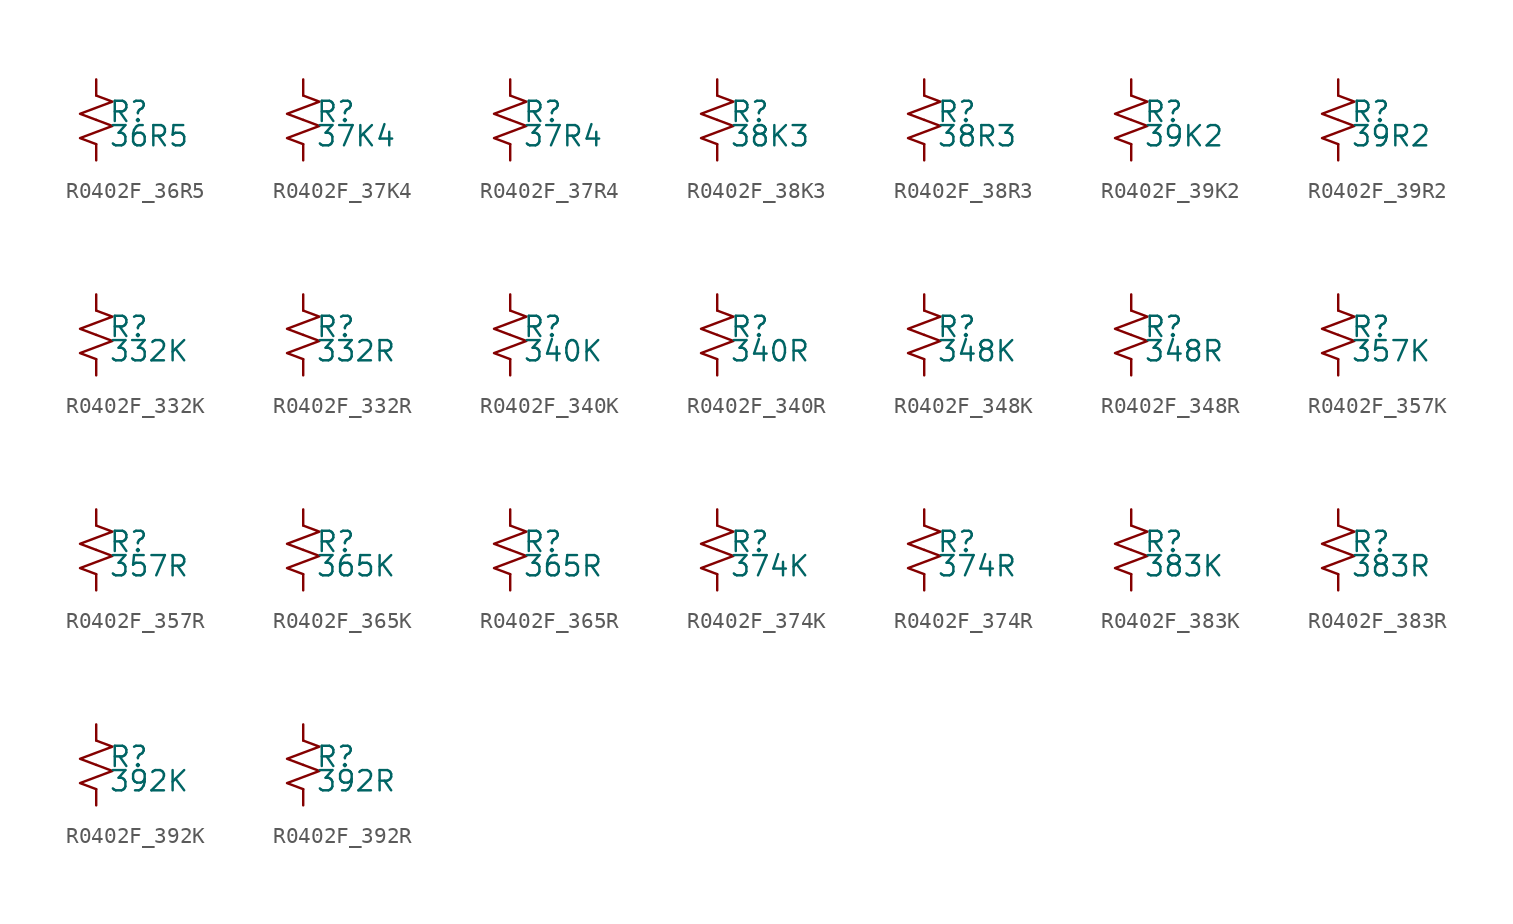
<source format=kicad_sym>
(kicad_symbol_lib
  (version 20220914)
  (generator kicad_symbol_editor)
  (symbol "R0402F_36R5"
    (pin_numbers hide)
    (pin_names
      (offset 0.254) hide)
    (property "Reference" "R"
      (at 0.762 0.508 0)
      (effects (font (size 1.27 1.27)) (justify left)))
    (property "Value" "36R5"
      (at 0.762 -1.016 0)
      (effects (font (size 1.27 1.27)) (justify left)))
    (symbol "R0402F_36R5_1_1"
      (polyline (pts (xy 0 0) (xy 1.016 -0.381) (xy 0 -0.762) (xy -1.016 -1.143) (xy 0 -1.524)) (stroke (width 0) (type default)) (fill (type none)))
      (polyline (pts (xy 0 1.524) (xy 1.016 1.143) (xy 0 0.762) (xy -1.016 0.381) (xy 0 0)) (stroke (width 0) (type default)) (fill (type none)))
      (pin passive line (at 0 2.54 270) (length 1.016) (name "~" (effects (font (size 1.27 1.27)))) (number "1" (effects (font (size 1.27 1.27)))))
      (pin passive line (at 0 -2.54 90) (length 1.016) (name "~" (effects (font (size 1.27 1.27)))) (number "2" (effects (font (size 1.27 1.27)))))))
  (symbol "R0402F_37K4"
    (pin_numbers hide)
    (pin_names
      (offset 0.254) hide)
    (property "Reference" "R"
      (at 0.762 0.508 0)
      (effects (font (size 1.27 1.27)) (justify left)))
    (property "Value" "37K4"
      (at 0.762 -1.016 0)
      (effects (font (size 1.27 1.27)) (justify left)))
    (symbol "R0402F_37K4_1_1"
      (polyline (pts (xy 0 0) (xy 1.016 -0.381) (xy 0 -0.762) (xy -1.016 -1.143) (xy 0 -1.524)) (stroke (width 0) (type default)) (fill (type none)))
      (polyline (pts (xy 0 1.524) (xy 1.016 1.143) (xy 0 0.762) (xy -1.016 0.381) (xy 0 0)) (stroke (width 0) (type default)) (fill (type none)))
      (pin passive line (at 0 2.54 270) (length 1.016) (name "~" (effects (font (size 1.27 1.27)))) (number "1" (effects (font (size 1.27 1.27)))))
      (pin passive line (at 0 -2.54 90) (length 1.016) (name "~" (effects (font (size 1.27 1.27)))) (number "2" (effects (font (size 1.27 1.27)))))))
  (symbol "R0402F_37R4"
    (pin_numbers hide)
    (pin_names
      (offset 0.254) hide)
    (property "Reference" "R"
      (at 0.762 0.508 0)
      (effects (font (size 1.27 1.27)) (justify left)))
    (property "Value" "37R4"
      (at 0.762 -1.016 0)
      (effects (font (size 1.27 1.27)) (justify left)))
    (symbol "R0402F_37R4_1_1"
      (polyline (pts (xy 0 0) (xy 1.016 -0.381) (xy 0 -0.762) (xy -1.016 -1.143) (xy 0 -1.524)) (stroke (width 0) (type default)) (fill (type none)))
      (polyline (pts (xy 0 1.524) (xy 1.016 1.143) (xy 0 0.762) (xy -1.016 0.381) (xy 0 0)) (stroke (width 0) (type default)) (fill (type none)))
      (pin passive line (at 0 2.54 270) (length 1.016) (name "~" (effects (font (size 1.27 1.27)))) (number "1" (effects (font (size 1.27 1.27)))))
      (pin passive line (at 0 -2.54 90) (length 1.016) (name "~" (effects (font (size 1.27 1.27)))) (number "2" (effects (font (size 1.27 1.27)))))))
  (symbol "R0402F_38K3"
    (pin_numbers hide)
    (pin_names
      (offset 0.254) hide)
    (property "Reference" "R"
      (at 0.762 0.508 0)
      (effects (font (size 1.27 1.27)) (justify left)))
    (property "Value" "38K3"
      (at 0.762 -1.016 0)
      (effects (font (size 1.27 1.27)) (justify left)))
    (symbol "R0402F_38K3_1_1"
      (polyline (pts (xy 0 0) (xy 1.016 -0.381) (xy 0 -0.762) (xy -1.016 -1.143) (xy 0 -1.524)) (stroke (width 0) (type default)) (fill (type none)))
      (polyline (pts (xy 0 1.524) (xy 1.016 1.143) (xy 0 0.762) (xy -1.016 0.381) (xy 0 0)) (stroke (width 0) (type default)) (fill (type none)))
      (pin passive line (at 0 2.54 270) (length 1.016) (name "~" (effects (font (size 1.27 1.27)))) (number "1" (effects (font (size 1.27 1.27)))))
      (pin passive line (at 0 -2.54 90) (length 1.016) (name "~" (effects (font (size 1.27 1.27)))) (number "2" (effects (font (size 1.27 1.27)))))))
  (symbol "R0402F_38R3"
    (pin_numbers hide)
    (pin_names
      (offset 0.254) hide)
    (property "Reference" "R"
      (at 0.762 0.508 0)
      (effects (font (size 1.27 1.27)) (justify left)))
    (property "Value" "38R3"
      (at 0.762 -1.016 0)
      (effects (font (size 1.27 1.27)) (justify left)))
    (symbol "R0402F_38R3_1_1"
      (polyline (pts (xy 0 0) (xy 1.016 -0.381) (xy 0 -0.762) (xy -1.016 -1.143) (xy 0 -1.524)) (stroke (width 0) (type default)) (fill (type none)))
      (polyline (pts (xy 0 1.524) (xy 1.016 1.143) (xy 0 0.762) (xy -1.016 0.381) (xy 0 0)) (stroke (width 0) (type default)) (fill (type none)))
      (pin passive line (at 0 2.54 270) (length 1.016) (name "~" (effects (font (size 1.27 1.27)))) (number "1" (effects (font (size 1.27 1.27)))))
      (pin passive line (at 0 -2.54 90) (length 1.016) (name "~" (effects (font (size 1.27 1.27)))) (number "2" (effects (font (size 1.27 1.27)))))))
  (symbol "R0402F_39K2"
    (pin_numbers hide)
    (pin_names
      (offset 0.254) hide)
    (property "Reference" "R"
      (at 0.762 0.508 0)
      (effects (font (size 1.27 1.27)) (justify left)))
    (property "Value" "39K2"
      (at 0.762 -1.016 0)
      (effects (font (size 1.27 1.27)) (justify left)))
    (symbol "R0402F_39K2_1_1"
      (polyline (pts (xy 0 0) (xy 1.016 -0.381) (xy 0 -0.762) (xy -1.016 -1.143) (xy 0 -1.524)) (stroke (width 0) (type default)) (fill (type none)))
      (polyline (pts (xy 0 1.524) (xy 1.016 1.143) (xy 0 0.762) (xy -1.016 0.381) (xy 0 0)) (stroke (width 0) (type default)) (fill (type none)))
      (pin passive line (at 0 2.54 270) (length 1.016) (name "~" (effects (font (size 1.27 1.27)))) (number "1" (effects (font (size 1.27 1.27)))))
      (pin passive line (at 0 -2.54 90) (length 1.016) (name "~" (effects (font (size 1.27 1.27)))) (number "2" (effects (font (size 1.27 1.27)))))))
  (symbol "R0402F_39R2"
    (pin_numbers hide)
    (pin_names
      (offset 0.254) hide)
    (property "Reference" "R"
      (at 0.762 0.508 0)
      (effects (font (size 1.27 1.27)) (justify left)))
    (property "Value" "39R2"
      (at 0.762 -1.016 0)
      (effects (font (size 1.27 1.27)) (justify left)))
    (symbol "R0402F_39R2_1_1"
      (polyline (pts (xy 0 0) (xy 1.016 -0.381) (xy 0 -0.762) (xy -1.016 -1.143) (xy 0 -1.524)) (stroke (width 0) (type default)) (fill (type none)))
      (polyline (pts (xy 0 1.524) (xy 1.016 1.143) (xy 0 0.762) (xy -1.016 0.381) (xy 0 0)) (stroke (width 0) (type default)) (fill (type none)))
      (pin passive line (at 0 2.54 270) (length 1.016) (name "~" (effects (font (size 1.27 1.27)))) (number "1" (effects (font (size 1.27 1.27)))))
      (pin passive line (at 0 -2.54 90) (length 1.016) (name "~" (effects (font (size 1.27 1.27)))) (number "2" (effects (font (size 1.27 1.27)))))))
  (symbol "R0402F_332K"
    (pin_numbers hide)
    (pin_names
      (offset 0.254) hide)
    (property "Reference" "R"
      (at 0.762 0.508 0)
      (effects (font (size 1.27 1.27)) (justify left)))
    (property "Value" "332K"
      (at 0.762 -1.016 0)
      (effects (font (size 1.27 1.27)) (justify left)))
    (symbol "R0402F_332K_1_1"
      (polyline (pts (xy 0 0) (xy 1.016 -0.381) (xy 0 -0.762) (xy -1.016 -1.143) (xy 0 -1.524)) (stroke (width 0) (type default)) (fill (type none)))
      (polyline (pts (xy 0 1.524) (xy 1.016 1.143) (xy 0 0.762) (xy -1.016 0.381) (xy 0 0)) (stroke (width 0) (type default)) (fill (type none)))
      (pin passive line (at 0 2.54 270) (length 1.016) (name "~" (effects (font (size 1.27 1.27)))) (number "1" (effects (font (size 1.27 1.27)))))
      (pin passive line (at 0 -2.54 90) (length 1.016) (name "~" (effects (font (size 1.27 1.27)))) (number "2" (effects (font (size 1.27 1.27)))))))
  (symbol "R0402F_332R"
    (pin_numbers hide)
    (pin_names
      (offset 0.254) hide)
    (property "Reference" "R"
      (at 0.762 0.508 0)
      (effects (font (size 1.27 1.27)) (justify left)))
    (property "Value" "332R"
      (at 0.762 -1.016 0)
      (effects (font (size 1.27 1.27)) (justify left)))
    (symbol "R0402F_332R_1_1"
      (polyline (pts (xy 0 0) (xy 1.016 -0.381) (xy 0 -0.762) (xy -1.016 -1.143) (xy 0 -1.524)) (stroke (width 0) (type default)) (fill (type none)))
      (polyline (pts (xy 0 1.524) (xy 1.016 1.143) (xy 0 0.762) (xy -1.016 0.381) (xy 0 0)) (stroke (width 0) (type default)) (fill (type none)))
      (pin passive line (at 0 2.54 270) (length 1.016) (name "~" (effects (font (size 1.27 1.27)))) (number "1" (effects (font (size 1.27 1.27)))))
      (pin passive line (at 0 -2.54 90) (length 1.016) (name "~" (effects (font (size 1.27 1.27)))) (number "2" (effects (font (size 1.27 1.27)))))))
  (symbol "R0402F_340K"
    (pin_numbers hide)
    (pin_names
      (offset 0.254) hide)
    (property "Reference" "R"
      (at 0.762 0.508 0)
      (effects (font (size 1.27 1.27)) (justify left)))
    (property "Value" "340K"
      (at 0.762 -1.016 0)
      (effects (font (size 1.27 1.27)) (justify left)))
    (symbol "R0402F_340K_1_1"
      (polyline (pts (xy 0 0) (xy 1.016 -0.381) (xy 0 -0.762) (xy -1.016 -1.143) (xy 0 -1.524)) (stroke (width 0) (type default)) (fill (type none)))
      (polyline (pts (xy 0 1.524) (xy 1.016 1.143) (xy 0 0.762) (xy -1.016 0.381) (xy 0 0)) (stroke (width 0) (type default)) (fill (type none)))
      (pin passive line (at 0 2.54 270) (length 1.016) (name "~" (effects (font (size 1.27 1.27)))) (number "1" (effects (font (size 1.27 1.27)))))
      (pin passive line (at 0 -2.54 90) (length 1.016) (name "~" (effects (font (size 1.27 1.27)))) (number "2" (effects (font (size 1.27 1.27)))))))
  (symbol "R0402F_340R"
    (pin_numbers hide)
    (pin_names
      (offset 0.254) hide)
    (property "Reference" "R"
      (at 0.762 0.508 0)
      (effects (font (size 1.27 1.27)) (justify left)))
    (property "Value" "340R"
      (at 0.762 -1.016 0)
      (effects (font (size 1.27 1.27)) (justify left)))
    (symbol "R0402F_340R_1_1"
      (polyline (pts (xy 0 0) (xy 1.016 -0.381) (xy 0 -0.762) (xy -1.016 -1.143) (xy 0 -1.524)) (stroke (width 0) (type default)) (fill (type none)))
      (polyline (pts (xy 0 1.524) (xy 1.016 1.143) (xy 0 0.762) (xy -1.016 0.381) (xy 0 0)) (stroke (width 0) (type default)) (fill (type none)))
      (pin passive line (at 0 2.54 270) (length 1.016) (name "~" (effects (font (size 1.27 1.27)))) (number "1" (effects (font (size 1.27 1.27)))))
      (pin passive line (at 0 -2.54 90) (length 1.016) (name "~" (effects (font (size 1.27 1.27)))) (number "2" (effects (font (size 1.27 1.27)))))))
  (symbol "R0402F_348K"
    (pin_numbers hide)
    (pin_names
      (offset 0.254) hide)
    (property "Reference" "R"
      (at 0.762 0.508 0)
      (effects (font (size 1.27 1.27)) (justify left)))
    (property "Value" "348K"
      (at 0.762 -1.016 0)
      (effects (font (size 1.27 1.27)) (justify left)))
    (symbol "R0402F_348K_1_1"
      (polyline (pts (xy 0 0) (xy 1.016 -0.381) (xy 0 -0.762) (xy -1.016 -1.143) (xy 0 -1.524)) (stroke (width 0) (type default)) (fill (type none)))
      (polyline (pts (xy 0 1.524) (xy 1.016 1.143) (xy 0 0.762) (xy -1.016 0.381) (xy 0 0)) (stroke (width 0) (type default)) (fill (type none)))
      (pin passive line (at 0 2.54 270) (length 1.016) (name "~" (effects (font (size 1.27 1.27)))) (number "1" (effects (font (size 1.27 1.27)))))
      (pin passive line (at 0 -2.54 90) (length 1.016) (name "~" (effects (font (size 1.27 1.27)))) (number "2" (effects (font (size 1.27 1.27)))))))
  (symbol "R0402F_348R"
    (pin_numbers hide)
    (pin_names
      (offset 0.254) hide)
    (property "Reference" "R"
      (at 0.762 0.508 0)
      (effects (font (size 1.27 1.27)) (justify left)))
    (property "Value" "348R"
      (at 0.762 -1.016 0)
      (effects (font (size 1.27 1.27)) (justify left)))
    (symbol "R0402F_348R_1_1"
      (polyline (pts (xy 0 0) (xy 1.016 -0.381) (xy 0 -0.762) (xy -1.016 -1.143) (xy 0 -1.524)) (stroke (width 0) (type default)) (fill (type none)))
      (polyline (pts (xy 0 1.524) (xy 1.016 1.143) (xy 0 0.762) (xy -1.016 0.381) (xy 0 0)) (stroke (width 0) (type default)) (fill (type none)))
      (pin passive line (at 0 2.54 270) (length 1.016) (name "~" (effects (font (size 1.27 1.27)))) (number "1" (effects (font (size 1.27 1.27)))))
      (pin passive line (at 0 -2.54 90) (length 1.016) (name "~" (effects (font (size 1.27 1.27)))) (number "2" (effects (font (size 1.27 1.27)))))))
  (symbol "R0402F_357K"
    (pin_numbers hide)
    (pin_names
      (offset 0.254) hide)
    (property "Reference" "R"
      (at 0.762 0.508 0)
      (effects (font (size 1.27 1.27)) (justify left)))
    (property "Value" "357K"
      (at 0.762 -1.016 0)
      (effects (font (size 1.27 1.27)) (justify left)))
    (symbol "R0402F_357K_1_1"
      (polyline (pts (xy 0 0) (xy 1.016 -0.381) (xy 0 -0.762) (xy -1.016 -1.143) (xy 0 -1.524)) (stroke (width 0) (type default)) (fill (type none)))
      (polyline (pts (xy 0 1.524) (xy 1.016 1.143) (xy 0 0.762) (xy -1.016 0.381) (xy 0 0)) (stroke (width 0) (type default)) (fill (type none)))
      (pin passive line (at 0 2.54 270) (length 1.016) (name "~" (effects (font (size 1.27 1.27)))) (number "1" (effects (font (size 1.27 1.27)))))
      (pin passive line (at 0 -2.54 90) (length 1.016) (name "~" (effects (font (size 1.27 1.27)))) (number "2" (effects (font (size 1.27 1.27)))))))
  (symbol "R0402F_357R"
    (pin_numbers hide)
    (pin_names
      (offset 0.254) hide)
    (property "Reference" "R"
      (at 0.762 0.508 0)
      (effects (font (size 1.27 1.27)) (justify left)))
    (property "Value" "357R"
      (at 0.762 -1.016 0)
      (effects (font (size 1.27 1.27)) (justify left)))
    (symbol "R0402F_357R_1_1"
      (polyline (pts (xy 0 0) (xy 1.016 -0.381) (xy 0 -0.762) (xy -1.016 -1.143) (xy 0 -1.524)) (stroke (width 0) (type default)) (fill (type none)))
      (polyline (pts (xy 0 1.524) (xy 1.016 1.143) (xy 0 0.762) (xy -1.016 0.381) (xy 0 0)) (stroke (width 0) (type default)) (fill (type none)))
      (pin passive line (at 0 2.54 270) (length 1.016) (name "~" (effects (font (size 1.27 1.27)))) (number "1" (effects (font (size 1.27 1.27)))))
      (pin passive line (at 0 -2.54 90) (length 1.016) (name "~" (effects (font (size 1.27 1.27)))) (number "2" (effects (font (size 1.27 1.27)))))))
  (symbol "R0402F_365K"
    (pin_numbers hide)
    (pin_names
      (offset 0.254) hide)
    (property "Reference" "R"
      (at 0.762 0.508 0)
      (effects (font (size 1.27 1.27)) (justify left)))
    (property "Value" "365K"
      (at 0.762 -1.016 0)
      (effects (font (size 1.27 1.27)) (justify left)))
    (symbol "R0402F_365K_1_1"
      (polyline (pts (xy 0 0) (xy 1.016 -0.381) (xy 0 -0.762) (xy -1.016 -1.143) (xy 0 -1.524)) (stroke (width 0) (type default)) (fill (type none)))
      (polyline (pts (xy 0 1.524) (xy 1.016 1.143) (xy 0 0.762) (xy -1.016 0.381) (xy 0 0)) (stroke (width 0) (type default)) (fill (type none)))
      (pin passive line (at 0 2.54 270) (length 1.016) (name "~" (effects (font (size 1.27 1.27)))) (number "1" (effects (font (size 1.27 1.27)))))
      (pin passive line (at 0 -2.54 90) (length 1.016) (name "~" (effects (font (size 1.27 1.27)))) (number "2" (effects (font (size 1.27 1.27)))))))
  (symbol "R0402F_365R"
    (pin_numbers hide)
    (pin_names
      (offset 0.254) hide)
    (property "Reference" "R"
      (at 0.762 0.508 0)
      (effects (font (size 1.27 1.27)) (justify left)))
    (property "Value" "365R"
      (at 0.762 -1.016 0)
      (effects (font (size 1.27 1.27)) (justify left)))
    (symbol "R0402F_365R_1_1"
      (polyline (pts (xy 0 0) (xy 1.016 -0.381) (xy 0 -0.762) (xy -1.016 -1.143) (xy 0 -1.524)) (stroke (width 0) (type default)) (fill (type none)))
      (polyline (pts (xy 0 1.524) (xy 1.016 1.143) (xy 0 0.762) (xy -1.016 0.381) (xy 0 0)) (stroke (width 0) (type default)) (fill (type none)))
      (pin passive line (at 0 2.54 270) (length 1.016) (name "~" (effects (font (size 1.27 1.27)))) (number "1" (effects (font (size 1.27 1.27)))))
      (pin passive line (at 0 -2.54 90) (length 1.016) (name "~" (effects (font (size 1.27 1.27)))) (number "2" (effects (font (size 1.27 1.27)))))))
  (symbol "R0402F_374K"
    (pin_numbers hide)
    (pin_names
      (offset 0.254) hide)
    (property "Reference" "R"
      (at 0.762 0.508 0)
      (effects (font (size 1.27 1.27)) (justify left)))
    (property "Value" "374K"
      (at 0.762 -1.016 0)
      (effects (font (size 1.27 1.27)) (justify left)))
    (symbol "R0402F_374K_1_1"
      (polyline (pts (xy 0 0) (xy 1.016 -0.381) (xy 0 -0.762) (xy -1.016 -1.143) (xy 0 -1.524)) (stroke (width 0) (type default)) (fill (type none)))
      (polyline (pts (xy 0 1.524) (xy 1.016 1.143) (xy 0 0.762) (xy -1.016 0.381) (xy 0 0)) (stroke (width 0) (type default)) (fill (type none)))
      (pin passive line (at 0 2.54 270) (length 1.016) (name "~" (effects (font (size 1.27 1.27)))) (number "1" (effects (font (size 1.27 1.27)))))
      (pin passive line (at 0 -2.54 90) (length 1.016) (name "~" (effects (font (size 1.27 1.27)))) (number "2" (effects (font (size 1.27 1.27)))))))
  (symbol "R0402F_374R"
    (pin_numbers hide)
    (pin_names
      (offset 0.254) hide)
    (property "Reference" "R"
      (at 0.762 0.508 0)
      (effects (font (size 1.27 1.27)) (justify left)))
    (property "Value" "374R"
      (at 0.762 -1.016 0)
      (effects (font (size 1.27 1.27)) (justify left)))
    (symbol "R0402F_374R_1_1"
      (polyline (pts (xy 0 0) (xy 1.016 -0.381) (xy 0 -0.762) (xy -1.016 -1.143) (xy 0 -1.524)) (stroke (width 0) (type default)) (fill (type none)))
      (polyline (pts (xy 0 1.524) (xy 1.016 1.143) (xy 0 0.762) (xy -1.016 0.381) (xy 0 0)) (stroke (width 0) (type default)) (fill (type none)))
      (pin passive line (at 0 2.54 270) (length 1.016) (name "~" (effects (font (size 1.27 1.27)))) (number "1" (effects (font (size 1.27 1.27)))))
      (pin passive line (at 0 -2.54 90) (length 1.016) (name "~" (effects (font (size 1.27 1.27)))) (number "2" (effects (font (size 1.27 1.27)))))))
  (symbol "R0402F_383K"
    (pin_numbers hide)
    (pin_names
      (offset 0.254) hide)
    (property "Reference" "R"
      (at 0.762 0.508 0)
      (effects (font (size 1.27 1.27)) (justify left)))
    (property "Value" "383K"
      (at 0.762 -1.016 0)
      (effects (font (size 1.27 1.27)) (justify left)))
    (symbol "R0402F_383K_1_1"
      (polyline (pts (xy 0 0) (xy 1.016 -0.381) (xy 0 -0.762) (xy -1.016 -1.143) (xy 0 -1.524)) (stroke (width 0) (type default)) (fill (type none)))
      (polyline (pts (xy 0 1.524) (xy 1.016 1.143) (xy 0 0.762) (xy -1.016 0.381) (xy 0 0)) (stroke (width 0) (type default)) (fill (type none)))
      (pin passive line (at 0 2.54 270) (length 1.016) (name "~" (effects (font (size 1.27 1.27)))) (number "1" (effects (font (size 1.27 1.27)))))
      (pin passive line (at 0 -2.54 90) (length 1.016) (name "~" (effects (font (size 1.27 1.27)))) (number "2" (effects (font (size 1.27 1.27)))))))
  (symbol "R0402F_383R"
    (pin_numbers hide)
    (pin_names
      (offset 0.254) hide)
    (property "Reference" "R"
      (at 0.762 0.508 0)
      (effects (font (size 1.27 1.27)) (justify left)))
    (property "Value" "383R"
      (at 0.762 -1.016 0)
      (effects (font (size 1.27 1.27)) (justify left)))
    (symbol "R0402F_383R_1_1"
      (polyline (pts (xy 0 0) (xy 1.016 -0.381) (xy 0 -0.762) (xy -1.016 -1.143) (xy 0 -1.524)) (stroke (width 0) (type default)) (fill (type none)))
      (polyline (pts (xy 0 1.524) (xy 1.016 1.143) (xy 0 0.762) (xy -1.016 0.381) (xy 0 0)) (stroke (width 0) (type default)) (fill (type none)))
      (pin passive line (at 0 2.54 270) (length 1.016) (name "~" (effects (font (size 1.27 1.27)))) (number "1" (effects (font (size 1.27 1.27)))))
      (pin passive line (at 0 -2.54 90) (length 1.016) (name "~" (effects (font (size 1.27 1.27)))) (number "2" (effects (font (size 1.27 1.27)))))))
  (symbol "R0402F_392K"
    (pin_numbers hide)
    (pin_names
      (offset 0.254) hide)
    (property "Reference" "R"
      (at 0.762 0.508 0)
      (effects (font (size 1.27 1.27)) (justify left)))
    (property "Value" "392K"
      (at 0.762 -1.016 0)
      (effects (font (size 1.27 1.27)) (justify left)))
    (symbol "R0402F_392K_1_1"
      (polyline (pts (xy 0 0) (xy 1.016 -0.381) (xy 0 -0.762) (xy -1.016 -1.143) (xy 0 -1.524)) (stroke (width 0) (type default)) (fill (type none)))
      (polyline (pts (xy 0 1.524) (xy 1.016 1.143) (xy 0 0.762) (xy -1.016 0.381) (xy 0 0)) (stroke (width 0) (type default)) (fill (type none)))
      (pin passive line (at 0 2.54 270) (length 1.016) (name "~" (effects (font (size 1.27 1.27)))) (number "1" (effects (font (size 1.27 1.27)))))
      (pin passive line (at 0 -2.54 90) (length 1.016) (name "~" (effects (font (size 1.27 1.27)))) (number "2" (effects (font (size 1.27 1.27)))))))
  (symbol "R0402F_392R"
    (pin_numbers hide)
    (pin_names
      (offset 0.254) hide)
    (property "Reference" "R"
      (at 0.762 0.508 0)
      (effects (font (size 1.27 1.27)) (justify left)))
    (property "Value" "392R"
      (at 0.762 -1.016 0)
      (effects (font (size 1.27 1.27)) (justify left)))
    (symbol "R0402F_392R_1_1"
      (polyline (pts (xy 0 0) (xy 1.016 -0.381) (xy 0 -0.762) (xy -1.016 -1.143) (xy 0 -1.524)) (stroke (width 0) (type default)) (fill (type none)))
      (polyline (pts (xy 0 1.524) (xy 1.016 1.143) (xy 0 0.762) (xy -1.016 0.381) (xy 0 0)) (stroke (width 0) (type default)) (fill (type none)))
      (pin passive line (at 0 2.54 270) (length 1.016) (name "~" (effects (font (size 1.27 1.27)))) (number "1" (effects (font (size 1.27 1.27)))))
      (pin passive line (at 0 -2.54 90) (length 1.016) (name "~" (effects (font (size 1.27 1.27)))) (number "2" (effects (font (size 1.27 1.27))))))))
</source>
